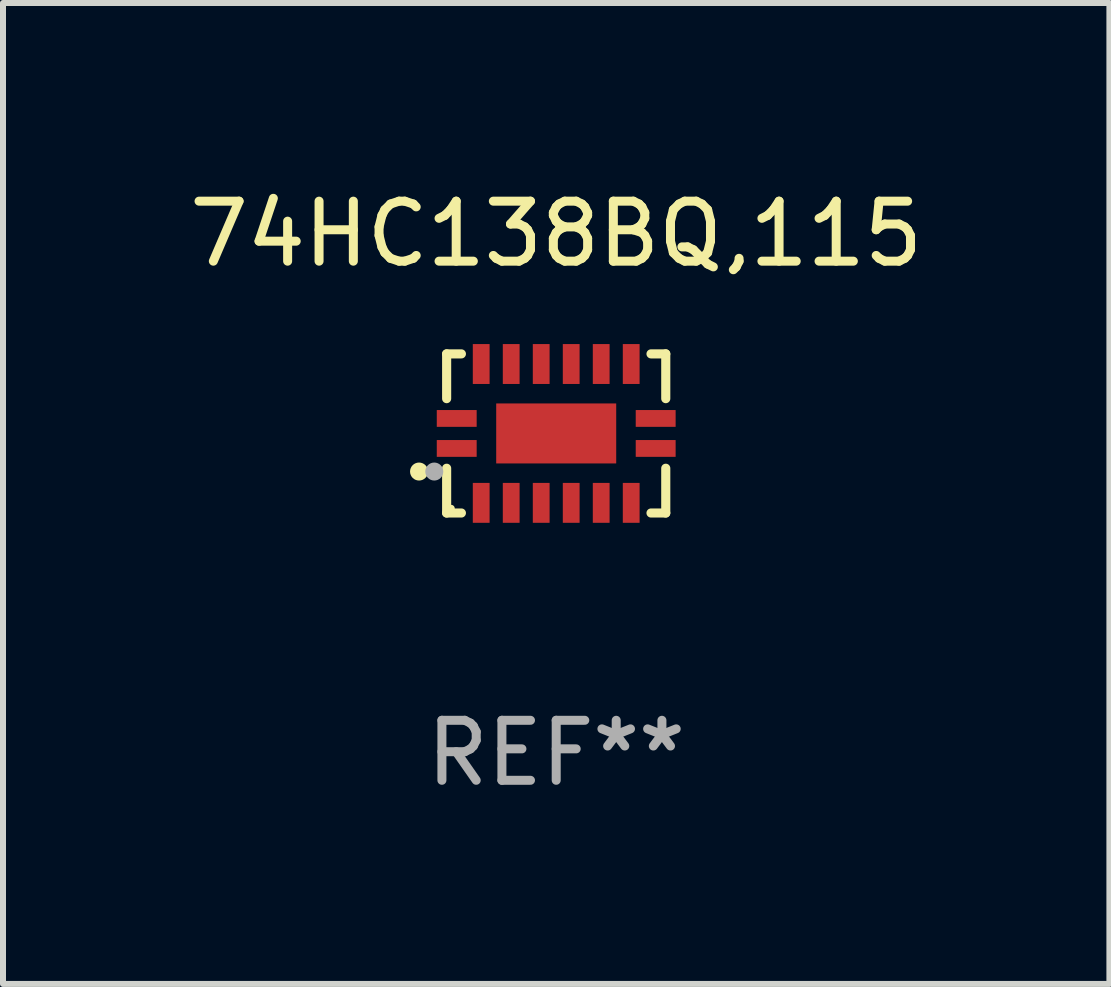
<source format=kicad_pcb>
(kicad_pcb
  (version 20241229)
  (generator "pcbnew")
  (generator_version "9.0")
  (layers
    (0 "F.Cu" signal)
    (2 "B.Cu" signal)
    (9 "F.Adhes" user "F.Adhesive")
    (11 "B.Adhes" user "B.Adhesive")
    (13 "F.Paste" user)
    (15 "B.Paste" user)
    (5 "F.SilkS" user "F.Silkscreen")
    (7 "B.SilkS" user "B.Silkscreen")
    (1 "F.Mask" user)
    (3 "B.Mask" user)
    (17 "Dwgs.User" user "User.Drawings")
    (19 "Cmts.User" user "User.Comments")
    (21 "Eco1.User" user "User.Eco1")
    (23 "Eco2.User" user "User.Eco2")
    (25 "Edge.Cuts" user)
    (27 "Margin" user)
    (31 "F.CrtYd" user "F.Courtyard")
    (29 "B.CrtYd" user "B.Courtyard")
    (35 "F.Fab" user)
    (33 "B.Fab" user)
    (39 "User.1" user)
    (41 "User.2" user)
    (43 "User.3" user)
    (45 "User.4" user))
  (footprint "74HC138BQ,115"
    (layer "F.Cu")
    (at 6.22 4.174)
    (property "Reference" "74HC138BQ,115" (at 0 -3.326 0) (layer "F.SilkS") (effects (font (size 1 1) (thickness 0.15))))
    (attr through_hole)
    (fp_line (start -1.826 -1.326) (end -1.58 -1.326) (stroke (width 0.152) (type solid)) (layer "F.SilkS"))
    (fp_line (start -1.826 -0.58) (end -1.826 -1.326) (stroke (width 0.152) (type solid)) (layer "F.SilkS"))
    (fp_line (start -1.826 0.58) (end -1.826 1.326) (stroke (width 0.152) (type solid)) (layer "F.SilkS"))
    (fp_line (start -1.826 1.326) (end -1.58 1.326) (stroke (width 0.152) (type solid)) (layer "F.SilkS"))
    (fp_line (start 1.826 -1.326) (end 1.58 -1.326) (stroke (width 0.152) (type solid)) (layer "F.SilkS"))
    (fp_line (start 1.826 -0.58) (end 1.826 -1.326) (stroke (width 0.152) (type solid)) (layer "F.SilkS"))
    (fp_line (start 1.826 0.58) (end 1.826 1.326) (stroke (width 0.152) (type solid)) (layer "F.SilkS"))
    (fp_line (start 1.826 1.326) (end 1.58 1.326) (stroke (width 0.152) (type solid)) (layer "F.SilkS"))
    (fp_circle (center -2.286 0.635) (end -2.211 0.635) (stroke (width 0.15) (type solid)) (fill no) (layer "F.SilkS"))
    (fp_circle (center -1.75 1.25) (end -1.72 1.25) (stroke (width 0.06) (type solid)) (fill no) (layer "F.SilkS"))
    (fp_circle (center -2.032 0.635) (end -1.957 0.635) (stroke (width 0.15) (type solid)) (fill no) (layer "F.Fab"))
    (fp_text user "REF**" (at 0 5.326 0) (layer "F.Fab") (effects (font (size 1 1) (thickness 0.15))))
    (pad "1" smd rect (at -1.658 0.25) (size 0.665 0.28) (layers "F.Cu" "F.Mask" "F.Paste"))
    (pad "2" smd rect (at -1.25 1.157) (size 0.28 0.665) (layers "F.Cu" "F.Mask" "F.Paste"))
    (pad "3" smd rect (at -0.75 1.157) (size 0.28 0.665) (layers "F.Cu" "F.Mask" "F.Paste"))
    (pad "4" smd rect (at -0.25 1.157) (size 0.28 0.665) (layers "F.Cu" "F.Mask" "F.Paste"))
    (pad "5" smd rect (at 0.25 1.157) (size 0.28 0.665) (layers "F.Cu" "F.Mask" "F.Paste"))
    (pad "6" smd rect (at 0.75 1.157) (size 0.28 0.665) (layers "F.Cu" "F.Mask" "F.Paste"))
    (pad "7" smd rect (at 1.25 1.157) (size 0.28 0.665) (layers "F.Cu" "F.Mask" "F.Paste"))
    (pad "8" smd rect (at 1.658 0.25) (size 0.665 0.28) (layers "F.Cu" "F.Mask" "F.Paste"))
    (pad "9" smd rect (at 1.658 -0.25) (size 0.665 0.28) (layers "F.Cu" "F.Mask" "F.Paste"))
    (pad "10" smd rect (at 1.25 -1.157) (size 0.28 0.665) (layers "F.Cu" "F.Mask" "F.Paste"))
    (pad "11" smd rect (at 0.75 -1.157) (size 0.28 0.665) (layers "F.Cu" "F.Mask" "F.Paste"))
    (pad "12" smd rect (at 0.25 -1.157) (size 0.28 0.665) (layers "F.Cu" "F.Mask" "F.Paste"))
    (pad "13" smd rect (at -0.25 -1.157) (size 0.28 0.665) (layers "F.Cu" "F.Mask" "F.Paste"))
    (pad "14" smd rect (at -0.75 -1.157) (size 0.28 0.665) (layers "F.Cu" "F.Mask" "F.Paste"))
    (pad "15" smd rect (at -1.25 -1.157) (size 0.28 0.665) (layers "F.Cu" "F.Mask" "F.Paste"))
    (pad "16" smd rect (at -1.658 -0.25) (size 0.665 0.28) (layers "F.Cu" "F.Mask" "F.Paste"))
    (pad "17" smd rect (at 0 0) (size 2 1) (layers "F.Cu" "F.Mask" "F.Paste")))
  (gr_rect
    (start -3 -3)
    (end 15.44 13.349)
    (stroke (width 0.1) (type default))
    (fill no)
    (layer "Edge.Cuts")))
</source>
